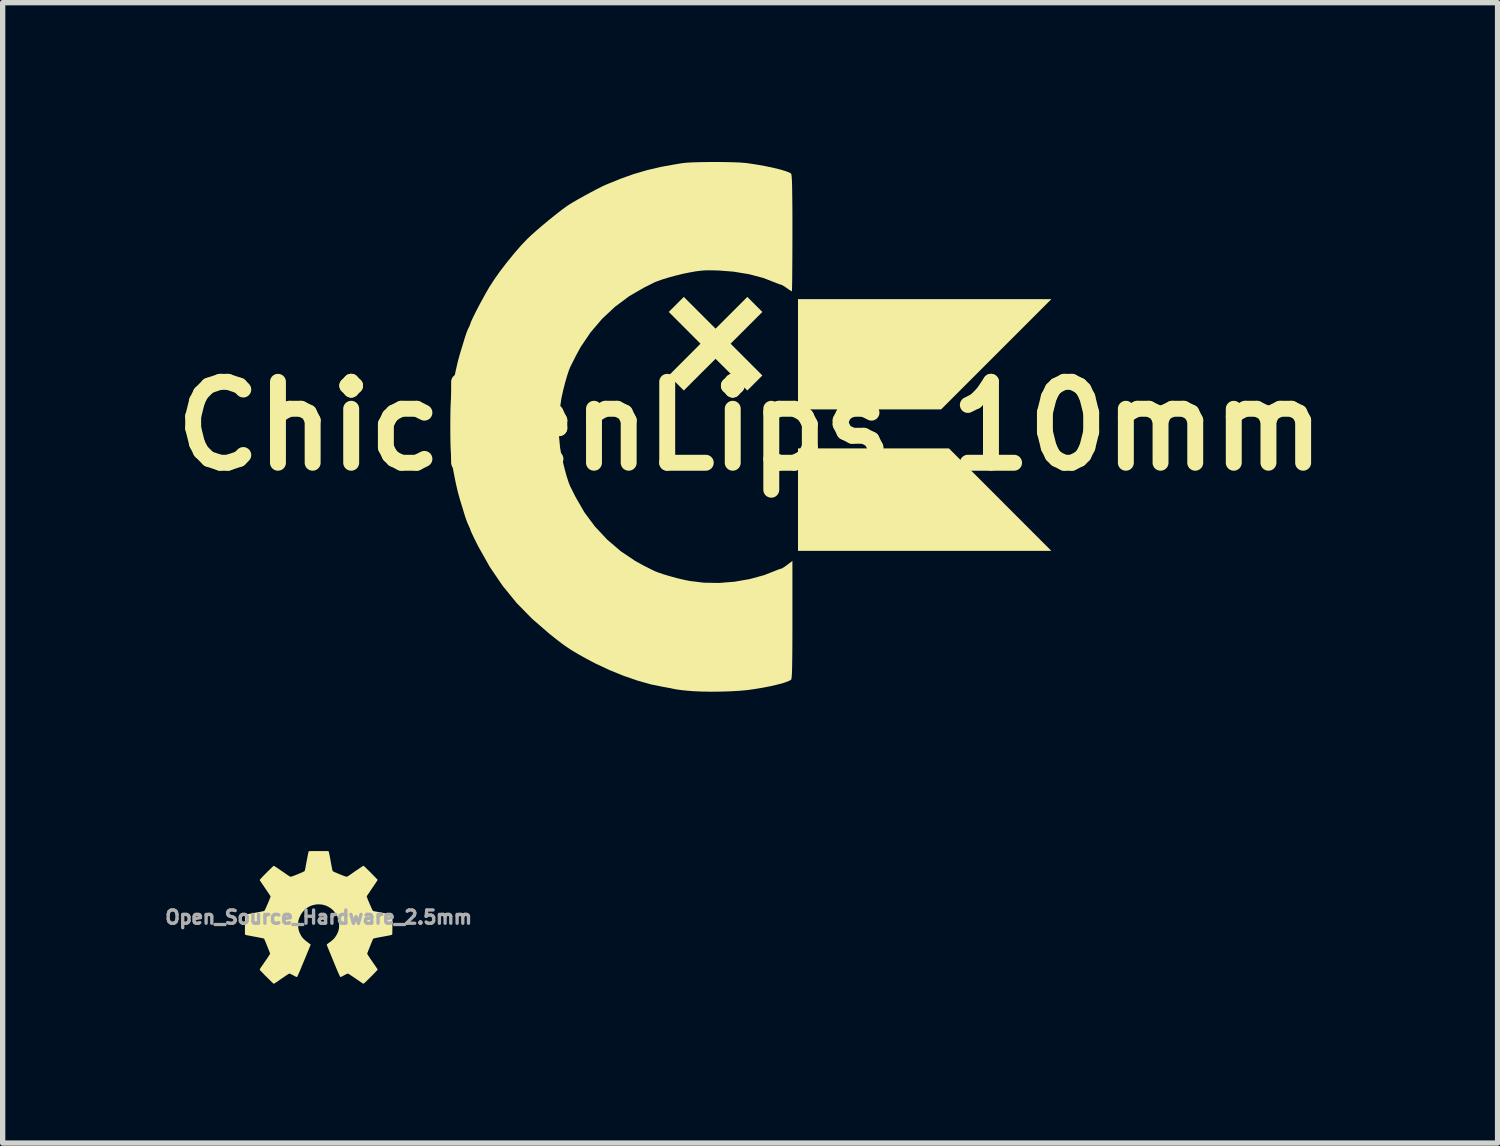
<source format=kicad_pcb>
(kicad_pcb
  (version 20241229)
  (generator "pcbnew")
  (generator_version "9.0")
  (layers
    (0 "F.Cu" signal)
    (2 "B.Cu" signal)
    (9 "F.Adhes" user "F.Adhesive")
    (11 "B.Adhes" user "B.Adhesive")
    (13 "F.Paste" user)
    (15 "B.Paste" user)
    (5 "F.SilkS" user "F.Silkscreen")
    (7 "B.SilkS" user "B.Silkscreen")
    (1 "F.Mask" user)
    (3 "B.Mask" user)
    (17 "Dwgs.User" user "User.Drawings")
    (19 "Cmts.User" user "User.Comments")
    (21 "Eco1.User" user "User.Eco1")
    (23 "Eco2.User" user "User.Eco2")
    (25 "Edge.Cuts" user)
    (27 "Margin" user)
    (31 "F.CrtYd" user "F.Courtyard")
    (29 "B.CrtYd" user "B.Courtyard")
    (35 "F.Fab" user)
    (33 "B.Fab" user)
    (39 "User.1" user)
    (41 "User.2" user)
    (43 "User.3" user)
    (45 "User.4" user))
  (footprint "Open_Source_Hardware_2.5mm"
    (layer "F.Cu")
    (at 2.95 14.222)
    (property "Reference" "Open_Source_Hardware_2.5mm" (at 0 0 0) (layer "F.Fab") (effects (font (size 0.25 0.25) (thickness 0.3))))
    (attr board_only exclude_from_pos_files exclude_from_bom)
    (fp_poly (pts (xy 0.031 -1.247) (xy 0.067 -1.247) (xy 0.101 -1.247) (xy 0.131 -1.246) (xy 0.156 -1.246) (xy 0.174 -1.245) (xy 0.184 -1.244) (xy 0.185 -1.244) (xy 0.187 -1.242) (xy 0.189 -1.237) (xy 0.192 -1.23) (xy 0.195 -1.219) (xy 0.198 -1.203) (xy 0.203 -1.182) (xy 0.208 -1.154) (xy 0.215 -1.119) (xy 0.223 -1.075) (xy 0.232 -1.023) (xy 0.233 -1.02) (xy 0.242 -0.972) (xy 0.249 -0.932) (xy 0.256 -0.903) (xy 0.261 -0.882) (xy 0.265 -0.871) (xy 0.267 -0.868) (xy 0.274 -0.863) (xy 0.29 -0.856) (xy 0.311 -0.846) (xy 0.337 -0.835) (xy 0.367 -0.822) (xy 0.397 -0.81) (xy 0.428 -0.797) (xy 0.457 -0.786) (xy 0.483 -0.776) (xy 0.504 -0.769) (xy 0.519 -0.764) (xy 0.525 -0.763) (xy 0.535 -0.766) (xy 0.551 -0.773) (xy 0.568 -0.784) (xy 0.571 -0.786) (xy 0.588 -0.798) (xy 0.611 -0.813) (xy 0.636 -0.831) (xy 0.659 -0.847) (xy 0.685 -0.865) (xy 0.716 -0.886) (xy 0.748 -0.907) (xy 0.776 -0.927) (xy 0.777 -0.927) (xy 0.799 -0.942) (xy 0.819 -0.955) (xy 0.834 -0.964) (xy 0.843 -0.969) (xy 0.845 -0.97) (xy 0.85 -0.966) (xy 0.861 -0.957) (xy 0.877 -0.942) (xy 0.897 -0.922) (xy 0.92 -0.9) (xy 0.946 -0.874) (xy 0.973 -0.848) (xy 0.999 -0.821) (xy 1.025 -0.795) (xy 1.05 -0.77) (xy 1.071 -0.748) (xy 1.089 -0.729) (xy 1.102 -0.715) (xy 1.11 -0.706) (xy 1.111 -0.704) (xy 1.108 -0.699) (xy 1.101 -0.686) (xy 1.088 -0.667) (xy 1.072 -0.643) (xy 1.053 -0.614) (xy 1.031 -0.582) (xy 1.009 -0.55) (xy 0.986 -0.515) (xy 0.964 -0.483) (xy 0.945 -0.454) (xy 0.928 -0.43) (xy 0.916 -0.411) (xy 0.908 -0.398) (xy 0.905 -0.393) (xy 0.907 -0.387) (xy 0.912 -0.372) (xy 0.92 -0.351) (xy 0.93 -0.324) (xy 0.943 -0.293) (xy 0.958 -0.259) (xy 0.96 -0.253) (xy 0.977 -0.215) (xy 0.99 -0.185) (xy 1 -0.162) (xy 1.008 -0.145) (xy 1.014 -0.133) (xy 1.019 -0.126) (xy 1.024 -0.121) (xy 1.029 -0.118) (xy 1.034 -0.117) (xy 1.035 -0.116) (xy 1.044 -0.114) (xy 1.062 -0.11) (xy 1.087 -0.106) (xy 1.118 -0.1) (xy 1.154 -0.093) (xy 1.192 -0.086) (xy 1.21 -0.083) (xy 1.249 -0.075) (xy 1.285 -0.068) (xy 1.317 -0.062) (xy 1.343 -0.056) (xy 1.363 -0.052) (xy 1.375 -0.048) (xy 1.378 -0.047) (xy 1.389 -0.04) (xy 1.389 0.14) (xy 1.389 0.182) (xy 1.388 0.221) (xy 1.388 0.255) (xy 1.387 0.284) (xy 1.387 0.307) (xy 1.386 0.321) (xy 1.385 0.326) (xy 1.379 0.329) (xy 1.365 0.334) (xy 1.345 0.339) (xy 1.32 0.344) (xy 1.311 0.346) (xy 1.283 0.351) (xy 1.257 0.356) (xy 1.235 0.36) (xy 1.219 0.363) (xy 1.217 0.364) (xy 1.199 0.367) (xy 1.177 0.371) (xy 1.164 0.373) (xy 1.119 0.382) (xy 1.083 0.389) (xy 1.056 0.395) (xy 1.038 0.4) (xy 1.028 0.404) (xy 1.027 0.405) (xy 1.024 0.411) (xy 1.017 0.426) (xy 1.008 0.446) (xy 0.998 0.472) (xy 0.985 0.502) (xy 0.973 0.533) (xy 0.96 0.565) (xy 0.948 0.596) (xy 0.936 0.625) (xy 0.927 0.65) (xy 0.92 0.67) (xy 0.915 0.682) (xy 0.914 0.687) (xy 0.917 0.693) (xy 0.925 0.706) (xy 0.937 0.725) (xy 0.952 0.749) (xy 0.97 0.775) (xy 0.982 0.793) (xy 1.004 0.824) (xy 1.025 0.855) (xy 1.045 0.885) (xy 1.063 0.91) (xy 1.077 0.93) (xy 1.081 0.936) (xy 1.093 0.955) (xy 1.103 0.971) (xy 1.11 0.982) (xy 1.111 0.987) (xy 1.108 0.991) (xy 1.098 1.002) (xy 1.082 1.019) (xy 1.062 1.04) (xy 1.038 1.065) (xy 1.011 1.093) (xy 0.981 1.123) (xy 0.98 1.123) (xy 0.946 1.158) (xy 0.918 1.185) (xy 0.896 1.207) (xy 0.879 1.223) (xy 0.865 1.235) (xy 0.856 1.243) (xy 0.849 1.248) (xy 0.844 1.25) (xy 0.84 1.25) (xy 0.837 1.249) (xy 0.83 1.245) (xy 0.816 1.236) (xy 0.796 1.222) (xy 0.771 1.205) (xy 0.742 1.186) (xy 0.711 1.164) (xy 0.7 1.156) (xy 0.667 1.134) (xy 0.637 1.114) (xy 0.61 1.096) (xy 0.588 1.081) (xy 0.571 1.071) (xy 0.561 1.065) (xy 0.559 1.064) (xy 0.554 1.062) (xy 0.549 1.061) (xy 0.543 1.062) (xy 0.534 1.065) (xy 0.522 1.07) (xy 0.505 1.079) (xy 0.481 1.092) (xy 0.451 1.108) (xy 0.434 1.117) (xy 0.419 1.123) (xy 0.409 1.125) (xy 0.408 1.125) (xy 0.404 1.12) (xy 0.397 1.106) (xy 0.388 1.086) (xy 0.376 1.06) (xy 0.362 1.029) (xy 0.347 0.994) (xy 0.341 0.979) (xy 0.308 0.9) (xy 0.278 0.827) (xy 0.251 0.761) (xy 0.227 0.702) (xy 0.206 0.651) (xy 0.188 0.607) (xy 0.173 0.572) (xy 0.163 0.545) (xy 0.155 0.526) (xy 0.152 0.517) (xy 0.152 0.515) (xy 0.155 0.511) (xy 0.166 0.502) (xy 0.181 0.49) (xy 0.191 0.483) (xy 0.235 0.451) (xy 0.271 0.42) (xy 0.3 0.389) (xy 0.324 0.356) (xy 0.345 0.32) (xy 0.346 0.318) (xy 0.364 0.279) (xy 0.376 0.242) (xy 0.383 0.203) (xy 0.386 0.159) (xy 0.386 0.139) (xy 0.385 0.111) (xy 0.384 0.089) (xy 0.382 0.072) (xy 0.379 0.055) (xy 0.373 0.036) (xy 0.369 0.024) (xy 0.344 -0.034) (xy 0.312 -0.086) (xy 0.273 -0.131) (xy 0.228 -0.17) (xy 0.178 -0.201) (xy 0.124 -0.224) (xy 0.067 -0.239) (xy 0.006 -0.244) (xy -0.042 -0.242) (xy -0.103 -0.23) (xy -0.161 -0.21) (xy -0.213 -0.181) (xy -0.261 -0.144) (xy -0.302 -0.1) (xy -0.336 -0.049) (xy -0.363 0.008) (xy -0.369 0.024) (xy -0.376 0.045) (xy -0.38 0.062) (xy -0.383 0.078) (xy -0.385 0.096) (xy -0.386 0.119) (xy -0.386 0.141) (xy -0.385 0.185) (xy -0.38 0.221) (xy -0.372 0.255) (xy -0.36 0.288) (xy -0.346 0.318) (xy -0.331 0.345) (xy -0.315 0.37) (xy -0.296 0.393) (xy -0.273 0.416) (xy -0.245 0.441) (xy -0.211 0.468) (xy -0.169 0.499) (xy -0.164 0.503) (xy -0.149 0.513) (xy -0.165 0.553) (xy -0.169 0.562) (xy -0.173 0.573) (xy -0.178 0.585) (xy -0.184 0.601) (xy -0.192 0.619) (xy -0.202 0.642) (xy -0.213 0.669) (xy -0.226 0.702) (xy -0.242 0.741) (xy -0.261 0.786) (xy -0.283 0.839) (xy -0.308 0.899) (xy -0.336 0.968) (xy -0.348 0.997) (xy -0.363 1.03) (xy -0.376 1.06) (xy -0.387 1.086) (xy -0.397 1.106) (xy -0.404 1.12) (xy -0.408 1.125) (xy -0.416 1.124) (xy -0.429 1.119) (xy -0.447 1.111) (xy -0.451 1.108) (xy -0.482 1.091) (xy -0.506 1.079) (xy -0.523 1.07) (xy -0.535 1.065) (xy -0.543 1.062) (xy -0.549 1.061) (xy -0.554 1.062) (xy -0.559 1.064) (xy -0.567 1.068) (xy -0.582 1.077) (xy -0.603 1.091) (xy -0.628 1.107) (xy -0.655 1.126) (xy -0.672 1.137) (xy -0.714 1.166) (xy -0.748 1.19) (xy -0.775 1.209) (xy -0.797 1.223) (xy -0.813 1.234) (xy -0.825 1.242) (xy -0.834 1.247) (xy -0.839 1.251) (xy -0.843 1.252) (xy -0.845 1.253) (xy -0.845 1.253) (xy -0.85 1.249) (xy -0.861 1.239) (xy -0.878 1.224) (xy -0.899 1.204) (xy -0.924 1.179) (xy -0.951 1.152) (xy -0.981 1.122) (xy -1.011 1.093) (xy -1.038 1.065) (xy -1.062 1.04) (xy -1.083 1.019) (xy -1.098 1.002) (xy -1.108 0.991) (xy -1.111 0.986) (xy -1.108 0.98) (xy -1.101 0.967) (xy -1.09 0.95) (xy -1.081 0.936) (xy -1.069 0.918) (xy -1.052 0.895) (xy -1.033 0.866) (xy -1.011 0.835) (xy -0.99 0.804) (xy -0.982 0.793) (xy -0.963 0.765) (xy -0.946 0.739) (xy -0.932 0.717) (xy -0.921 0.7) (xy -0.915 0.69) (xy -0.914 0.687) (xy -0.916 0.68) (xy -0.921 0.665) (xy -0.929 0.644) (xy -0.939 0.618) (xy -0.951 0.588) (xy -0.963 0.557) (xy -0.976 0.525) (xy -0.989 0.494) (xy -1 0.465) (xy -1.011 0.441) (xy -1.019 0.421) (xy -1.025 0.409) (xy -1.027 0.405) (xy -1.03 0.403) (xy -1.033 0.401) (xy -1.039 0.399) (xy -1.047 0.397) (xy -1.059 0.394) (xy -1.075 0.391) (xy -1.097 0.386) (xy -1.125 0.381) (xy -1.159 0.374) (xy -1.201 0.366) (xy -1.252 0.357) (xy -1.311 0.346) (xy -1.312 0.345) (xy -1.34 0.34) (xy -1.361 0.336) (xy -1.374 0.332) (xy -1.381 0.329) (xy -1.385 0.325) (xy -1.387 0.321) (xy -1.387 0.314) (xy -1.388 0.298) (xy -1.388 0.274) (xy -1.388 0.243) (xy -1.388 0.208) (xy -1.388 0.169) (xy -1.388 0.134) (xy -1.386 -0.043) (xy -1.374 -0.049) (xy -1.366 -0.051) (xy -1.349 -0.055) (xy -1.325 -0.06) (xy -1.295 -0.066) (xy -1.261 -0.073) (xy -1.223 -0.08) (xy -1.205 -0.083) (xy -1.165 -0.09) (xy -1.129 -0.097) (xy -1.096 -0.103) (xy -1.069 -0.109) (xy -1.048 -0.113) (xy -1.035 -0.116) (xy -1.032 -0.117) (xy -1.028 -0.119) (xy -1.023 -0.122) (xy -1.018 -0.127) (xy -1.013 -0.136) (xy -1.006 -0.15) (xy -0.997 -0.169) (xy -0.985 -0.195) (xy -0.971 -0.228) (xy -0.96 -0.253) (xy -0.945 -0.288) (xy -0.932 -0.319) (xy -0.921 -0.347) (xy -0.913 -0.369) (xy -0.907 -0.385) (xy -0.905 -0.393) (xy -0.905 -0.394) (xy -0.909 -0.4) (xy -0.917 -0.413) (xy -0.93 -0.432) (xy -0.946 -0.457) (xy -0.966 -0.486) (xy -0.988 -0.519) (xy -1.007 -0.546) (xy -1.03 -0.581) (xy -1.052 -0.612) (xy -1.071 -0.641) (xy -1.087 -0.665) (xy -1.099 -0.683) (xy -1.107 -0.695) (xy -1.109 -0.699) (xy -1.108 -0.704) (xy -1.103 -0.711) (xy -1.094 -0.723) (xy -1.079 -0.739) (xy -1.059 -0.761) (xy -1.033 -0.788) (xy -1 -0.821) (xy -0.982 -0.839) (xy -0.952 -0.869) (xy -0.924 -0.896) (xy -0.899 -0.92) (xy -0.878 -0.941) (xy -0.861 -0.956) (xy -0.85 -0.966) (xy -0.845 -0.97) (xy -0.845 -0.97) (xy -0.839 -0.967) (xy -0.826 -0.959) (xy -0.808 -0.948) (xy -0.787 -0.934) (xy -0.777 -0.927) (xy -0.748 -0.908) (xy -0.717 -0.886) (xy -0.686 -0.865) (xy -0.66 -0.847) (xy -0.659 -0.847) (xy -0.635 -0.83) (xy -0.61 -0.813) (xy -0.587 -0.797) (xy -0.571 -0.786) (xy -0.553 -0.775) (xy -0.537 -0.767) (xy -0.526 -0.763) (xy -0.525 -0.763) (xy -0.516 -0.765) (xy -0.5 -0.77) (xy -0.478 -0.778) (xy -0.451 -0.788) (xy -0.421 -0.8) (xy -0.39 -0.812) (xy -0.36 -0.825) (xy -0.331 -0.837) (xy -0.306 -0.848) (xy -0.286 -0.858) (xy -0.272 -0.864) (xy -0.267 -0.868) (xy -0.262 -0.877) (xy -0.257 -0.895) (xy -0.251 -0.922) (xy -0.245 -0.952) (xy -0.24 -0.984) (xy -0.234 -1.016) (xy -0.228 -1.047) (xy -0.223 -1.072) (xy -0.222 -1.076) (xy -0.217 -1.102) (xy -0.211 -1.133) (xy -0.205 -1.165) (xy -0.202 -1.182) (xy -0.197 -1.205) (xy -0.192 -1.224) (xy -0.188 -1.238) (xy -0.185 -1.244) (xy -0.179 -1.245) (xy -0.164 -1.245) (xy -0.141 -1.246) (xy -0.113 -1.247) (xy -0.08 -1.247) (xy -0.044 -1.247) (xy -0.007 -1.247)) (stroke (width 0) (type solid)) (fill yes) (layer "F.SilkS")))
  (footprint "ChickenLips_10mm"
    (layer "F.Cu")
    (at 11.074 4.974)
    (property "Reference" "ChickenLips_10mm" (at 0 0 0) (layer "F.SilkS") (effects (font (size 1.524 1.524) (thickness 0.3))))
    (attr board_only exclude_from_pos_files exclude_from_bom)
    (fp_poly (pts (xy 3.597 -0.315) (xy 0.902 -0.315) (xy 0.902 -2.391) (xy 5.673 -2.391)) (stroke (width 0) (type solid)) (fill yes) (layer "F.SilkS"))
    (fp_poly (pts (xy 4.709 1.384) (xy 5.673 2.349) (xy 0.902 2.349) (xy 0.902 0.419) (xy 3.744 0.419)) (stroke (width 0) (type solid)) (fill yes) (layer "F.SilkS"))
    (fp_poly (pts (xy 0.089 -2.292) (xy 0.231 -2.15) (xy -0.068 -1.851) (xy -0.367 -1.552) (xy -0.068 -1.253) (xy 0.231 -0.954) (xy -0.052 -0.671) (xy -0.351 -0.97) (xy -0.65 -1.268) (xy -0.949 -0.97) (xy -1.248 -0.671) (xy -1.39 -0.813) (xy -1.531 -0.954) (xy -1.232 -1.253) (xy -0.934 -1.552) (xy -1.232 -1.851) (xy -1.531 -2.15) (xy -1.248 -2.433) (xy -0.949 -2.134) (xy -0.65 -1.836) (xy -0.351 -2.134) (xy -0.052 -2.433)) (stroke (width 0) (type solid)) (fill yes) (layer "F.SilkS"))
    (fp_poly (pts (xy -0.469 -4.972) (xy -0.322 -4.969) (xy -0.195 -4.964) (xy -0.096 -4.956) (xy -0.063 -4.953) (xy 0.123 -4.925) (xy 0.296 -4.894) (xy 0.451 -4.861) (xy 0.583 -4.828) (xy 0.686 -4.796) (xy 0.754 -4.767) (xy 0.771 -4.756) (xy 0.777 -4.742) (xy 0.782 -4.709) (xy 0.786 -4.655) (xy 0.79 -4.576) (xy 0.792 -4.47) (xy 0.794 -4.333) (xy 0.796 -4.164) (xy 0.797 -3.96) (xy 0.797 -3.717) (xy 0.797 -3.636) (xy 0.797 -3.426) (xy 0.796 -3.229) (xy 0.795 -3.049) (xy 0.794 -2.89) (xy 0.793 -2.756) (xy 0.791 -2.651) (xy 0.789 -2.578) (xy 0.787 -2.541) (xy 0.786 -2.538) (xy 0.765 -2.549) (xy 0.721 -2.578) (xy 0.689 -2.601) (xy 0.635 -2.637) (xy 0.595 -2.66) (xy 0.582 -2.664) (xy 0.551 -2.672) (xy 0.502 -2.692) (xy 0.496 -2.694) (xy 0.252 -2.789) (xy -0.02 -2.861) (xy -0.313 -2.909) (xy -0.584 -2.93) (xy -0.719 -2.934) (xy -0.827 -2.934) (xy -0.924 -2.927) (xy -1.022 -2.915) (xy -1.138 -2.894) (xy -1.14 -2.894) (xy -1.261 -2.869) (xy -1.391 -2.837) (xy -1.522 -2.802) (xy -1.641 -2.766) (xy -1.739 -2.732) (xy -1.803 -2.706) (xy -1.836 -2.689) (xy -1.896 -2.659) (xy -1.97 -2.622) (xy -1.993 -2.611) (xy -2.276 -2.447) (xy -2.543 -2.248) (xy -2.788 -2.019) (xy -3.005 -1.764) (xy -3.19 -1.49) (xy -3.282 -1.321) (xy -3.321 -1.243) (xy -3.355 -1.176) (xy -3.377 -1.132) (xy -3.381 -1.125) (xy -3.41 -1.055) (xy -3.444 -0.953) (xy -3.48 -0.829) (xy -3.516 -0.69) (xy -3.548 -0.547) (xy -3.555 -0.511) (xy -3.6 -0.2) (xy -3.607 0.104) (xy -3.577 0.411) (xy -3.555 0.532) (xy -3.524 0.675) (xy -3.49 0.815) (xy -3.454 0.944) (xy -3.419 1.053) (xy -3.388 1.132) (xy -3.381 1.146) (xy -3.362 1.183) (xy -3.331 1.245) (xy -3.293 1.321) (xy -3.282 1.342) (xy -3.118 1.626) (xy -2.919 1.893) (xy -2.69 2.137) (xy -2.436 2.355) (xy -2.161 2.54) (xy -1.993 2.632) (xy -1.916 2.67) (xy -1.851 2.703) (xy -1.809 2.724) (xy -1.803 2.727) (xy -1.733 2.755) (xy -1.633 2.789) (xy -1.512 2.825) (xy -1.382 2.861) (xy -1.251 2.892) (xy -1.14 2.915) (xy -0.871 2.948) (xy -0.586 2.953) (xy -0.294 2.93) (xy -0.007 2.88) (xy 0.264 2.806) (xy 0.496 2.715) (xy 0.547 2.695) (xy 0.582 2.685) (xy 0.584 2.685) (xy 0.611 2.673) (xy 0.659 2.642) (xy 0.701 2.611) (xy 0.797 2.538) (xy 0.797 3.647) (xy 0.797 3.903) (xy 0.796 4.12) (xy 0.795 4.301) (xy 0.793 4.448) (xy 0.791 4.564) (xy 0.788 4.652) (xy 0.784 4.714) (xy 0.779 4.754) (xy 0.773 4.774) (xy 0.771 4.777) (xy 0.719 4.804) (xy 0.632 4.835) (xy 0.517 4.866) (xy 0.38 4.898) (xy 0.229 4.927) (xy 0.07 4.953) (xy -0.052 4.97) (xy -0.193 4.983) (xy -0.362 4.993) (xy -0.546 4.999) (xy -0.734 5.001) (xy -0.911 4.998) (xy -1.065 4.991) (xy -1.067 4.991) (xy -1.178 4.982) (xy -1.283 4.972) (xy -1.37 4.96) (xy -1.424 4.951) (xy -1.502 4.934) (xy -1.594 4.917) (xy -1.646 4.908) (xy -1.872 4.862) (xy -2.121 4.791) (xy -2.382 4.701) (xy -2.648 4.593) (xy -2.909 4.471) (xy -3.098 4.371) (xy -3.218 4.304) (xy -3.314 4.248) (xy -3.396 4.197) (xy -3.473 4.145) (xy -3.555 4.086) (xy -3.649 4.013) (xy -3.767 3.92) (xy -3.775 3.913) (xy -4.102 3.63) (xy -4.396 3.33) (xy -4.659 3.007) (xy -4.898 2.656) (xy -5.114 2.273) (xy -5.149 2.204) (xy -5.194 2.114) (xy -5.23 2.038) (xy -5.255 1.983) (xy -5.265 1.957) (xy -5.265 1.957) (xy -5.274 1.928) (xy -5.296 1.882) (xy -5.298 1.877) (xy -5.323 1.822) (xy -5.351 1.746) (xy -5.37 1.688) (xy -5.395 1.606) (xy -5.426 1.504) (xy -5.458 1.401) (xy -5.463 1.384) (xy -5.503 1.24) (xy -5.544 1.062) (xy -5.584 0.86) (xy -5.622 0.641) (xy -5.624 0.629) (xy -5.631 0.557) (xy -5.637 0.451) (xy -5.642 0.32) (xy -5.644 0.172) (xy -5.645 0.016) (xy -5.644 -0.141) (xy -5.642 -0.29) (xy -5.638 -0.422) (xy -5.632 -0.53) (xy -5.624 -0.605) (xy -5.624 -0.608) (xy -5.586 -0.827) (xy -5.546 -1.031) (xy -5.505 -1.21) (xy -5.465 -1.357) (xy -5.463 -1.363) (xy -5.432 -1.464) (xy -5.4 -1.568) (xy -5.374 -1.655) (xy -5.37 -1.667) (xy -5.344 -1.747) (xy -5.316 -1.819) (xy -5.298 -1.856) (xy -5.275 -1.904) (xy -5.265 -1.935) (xy -5.265 -1.936) (xy -5.255 -1.965) (xy -5.228 -2.024) (xy -5.188 -2.106) (xy -5.139 -2.203) (xy -5.083 -2.309) (xy -5.025 -2.416) (xy -4.968 -2.518) (xy -4.916 -2.608) (xy -4.904 -2.628) (xy -4.813 -2.768) (xy -4.7 -2.927) (xy -4.572 -3.093) (xy -4.439 -3.256) (xy -4.309 -3.406) (xy -4.196 -3.524) (xy -4.118 -3.598) (xy -4.017 -3.688) (xy -3.9 -3.788) (xy -3.777 -3.89) (xy -3.656 -3.987) (xy -3.546 -4.073) (xy -3.455 -4.139) (xy -3.429 -4.157) (xy -3.351 -4.206) (xy -3.246 -4.267) (xy -3.126 -4.334) (xy -3.001 -4.402) (xy -2.881 -4.465) (xy -2.778 -4.517) (xy -2.71 -4.548) (xy -2.442 -4.657) (xy -2.19 -4.747) (xy -1.941 -4.82) (xy -1.682 -4.881) (xy -1.399 -4.932) (xy -1.269 -4.953) (xy -1.189 -4.961) (xy -1.076 -4.967) (xy -0.939 -4.971) (xy -0.787 -4.973) (xy -0.627 -4.974)) (stroke (width 0) (type solid)) (fill yes) (layer "F.SilkS")))
  (gr_rect
    (start -3 -3)
    (end 25.149 18.474)
    (stroke (width 0.1) (type default))
    (fill no)
    (layer "Edge.Cuts")))
</source>
